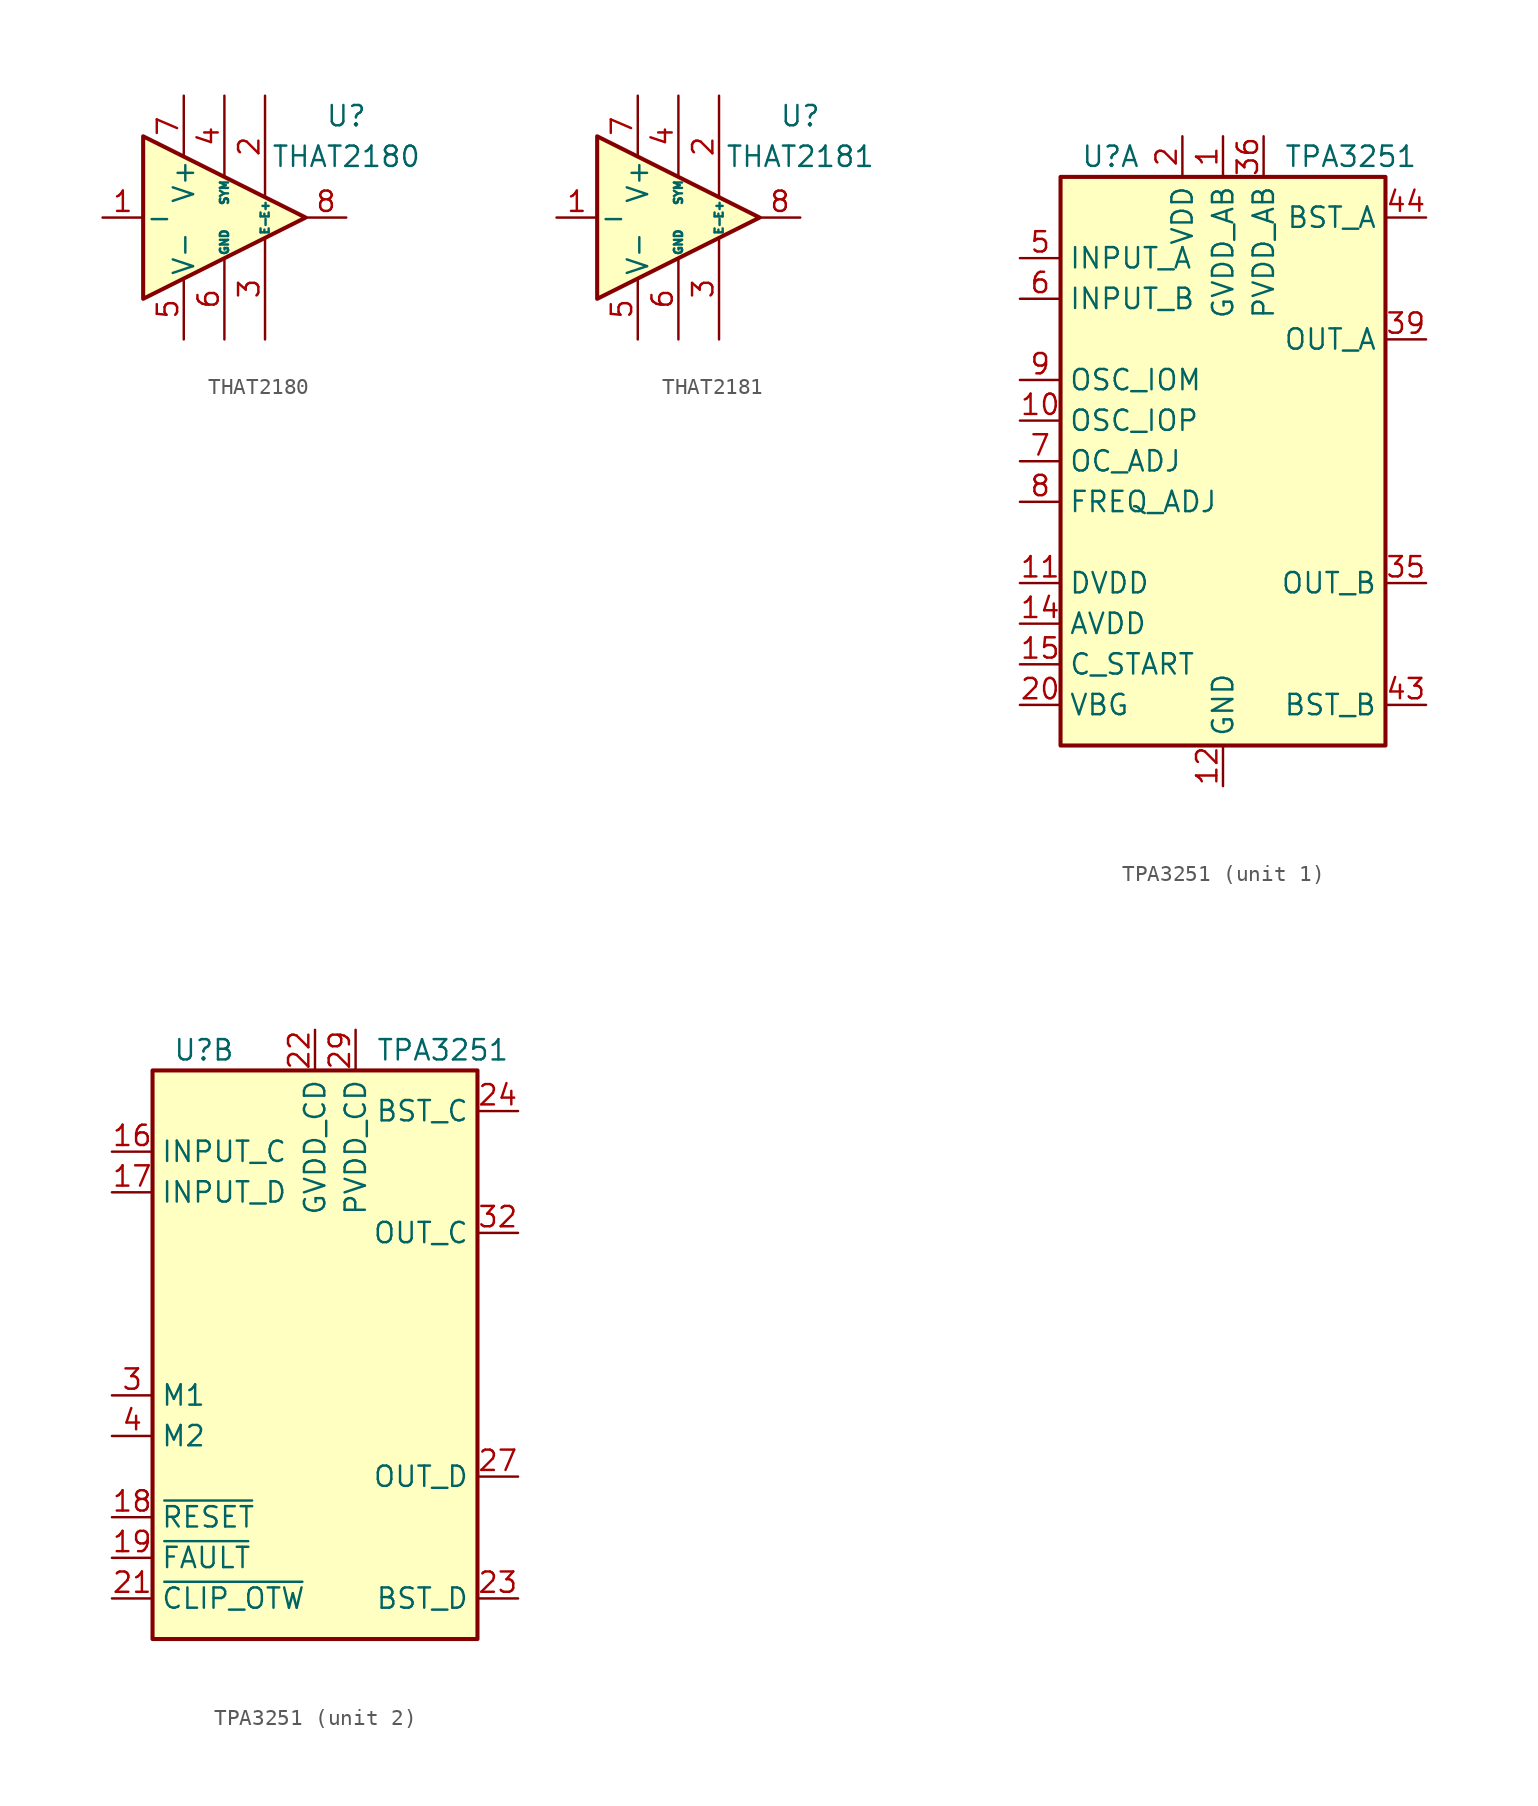
<source format=kicad_sym>
(kicad_symbol_lib
  (version 20200908)
  (generator kicad_symbol_editor)
  (symbol "Amplifier_Audio:THAT2180"
    (pin_names
      (offset 0.127))
    (property "Reference" "U"
      (at 7.62 6.35 0)
      (effects (font (size 1.27 1.27))))
    (property "Value" "THAT2180"
      (at 7.62 3.81 0)
      (effects (font (size 1.27 1.27))))
    (symbol "THAT2180_0_1"
      (polyline (pts (xy -5.08 5.08) (xy 5.08 0) (xy -5.08 -5.08) (xy -5.08 5.08)) (stroke (width 0.254)) (fill (type background))))
    (symbol "THAT2180_0_0"
      (pin power_in line (at -2.54 -7.62 90) (length 3.81) (name "V-" (effects (font (size 1.27 1.27)))) (number "5" (effects (font (size 1.27 1.27)))))
      (pin power_in line (at 0 -7.62 90) (length 5.08) (name "GND" (effects (font (size 0.508 0.508)))) (number "6" (effects (font (size 1.27 1.27)))))
      (pin power_in line (at -2.54 7.62 270) (length 3.81) (name "V+" (effects (font (size 1.27 1.27)))) (number "7" (effects (font (size 1.27 1.27))))))
    (symbol "THAT2180_1_1"
      (pin input line (at -7.62 0 0) (length 2.54) (name "-" (effects (font (size 1.27 1.27)))) (number "1" (effects (font (size 1.27 1.27)))))
      (pin input line (at 2.54 7.62 270) (length 6.35) (name "E+" (effects (font (size 0.508 0.508)))) (number "2" (effects (font (size 1.27 1.27)))))
      (pin input line (at 2.54 -7.62 90) (length 6.35) (name "E-" (effects (font (size 0.508 0.508)))) (number "3" (effects (font (size 1.27 1.27)))))
      (pin input line (at 0 7.62 270) (length 5.08) (name "SYM" (effects (font (size 0.508 0.508)))) (number "4" (effects (font (size 1.27 1.27)))))
      (pin output line (at 7.62 0 180) (length 2.54) (name "~" (effects (font (size 1.27 1.27)))) (number "8" (effects (font (size 1.27 1.27)))))))
  (symbol "Amplifier_Audio:THAT2181"
    (pin_names
      (offset 0.127))
    (property "Reference" "U"
      (at 7.62 6.35 0)
      (effects (font (size 1.27 1.27))))
    (property "Value" "THAT2181"
      (at 7.62 3.81 0)
      (effects (font (size 1.27 1.27))))
    (symbol "THAT2181_0_1"
      (polyline (pts (xy -5.08 5.08) (xy 5.08 0) (xy -5.08 -5.08) (xy -5.08 5.08)) (stroke (width 0.254)) (fill (type background))))
    (symbol "THAT2181_0_0"
      (pin power_in line (at -2.54 -7.62 90) (length 3.81) (name "V-" (effects (font (size 1.27 1.27)))) (number "5" (effects (font (size 1.27 1.27)))))
      (pin power_in line (at 0 -7.62 90) (length 5.08) (name "GND" (effects (font (size 0.508 0.508)))) (number "6" (effects (font (size 1.27 1.27)))))
      (pin power_in line (at -2.54 7.62 270) (length 3.81) (name "V+" (effects (font (size 1.27 1.27)))) (number "7" (effects (font (size 1.27 1.27))))))
    (symbol "THAT2181_1_1"
      (pin input line (at -7.62 0 0) (length 2.54) (name "-" (effects (font (size 1.27 1.27)))) (number "1" (effects (font (size 1.27 1.27)))))
      (pin input line (at 2.54 7.62 270) (length 6.35) (name "E+" (effects (font (size 0.508 0.508)))) (number "2" (effects (font (size 1.27 1.27)))))
      (pin input line (at 2.54 -7.62 90) (length 6.35) (name "E-" (effects (font (size 0.508 0.508)))) (number "3" (effects (font (size 1.27 1.27)))))
      (pin input line (at 0 7.62 270) (length 5.08) (name "SYM" (effects (font (size 0.508 0.508)))) (number "4" (effects (font (size 1.27 1.27)))))
      (pin output line (at 7.62 0 180) (length 2.54) (name "~" (effects (font (size 1.27 1.27)))) (number "8" (effects (font (size 1.27 1.27)))))))
  (symbol "Amplifier_Audio:TPA3251"
    (property "Reference" "U"
      (at -8.89 19.05 0)
      (effects (font (size 1.27 1.27)) (justify left)))
    (property "Value" "TPA3251"
      (at 3.81 19.05 0)
      (effects (font (size 1.27 1.27)) (justify left)))
    (property "ki_locked" ""
      (at 0 0 0)
      (effects (font (size 1.27 1.27))))
    (symbol "TPA3251_0_1"
      (rectangle (start -10.16 -17.78) (end 10.16 17.78) (stroke (width 0.254)) (fill (type background))))
    (symbol "TPA3251_1_1"
      (pin power_in line (at 0 20.32 270) (length 2.54) (name "GVDD_AB" (effects (font (size 1.27 1.27)))) (number "1" (effects (font (size 1.27 1.27)))))
      (pin bidirectional line (at -12.7 2.54 0) (length 2.54) (name "OSC_IOP" (effects (font (size 1.27 1.27)))) (number "10" (effects (font (size 1.27 1.27)))))
      (pin passive line (at -12.7 -7.62 0) (length 2.54) (name "DVDD" (effects (font (size 1.27 1.27)))) (number "11" (effects (font (size 1.27 1.27)))))
      (pin power_in line (at 0 -20.32 90) (length 2.54) (name "GND" (effects (font (size 1.27 1.27)))) (number "12" (effects (font (size 1.27 1.27)))))
      (pin passive line (at 0 -20.32 90) (length 2.54) hide (name "GND" (effects (font (size 1.27 1.27)))) (number "13" (effects (font (size 1.27 1.27)))))
      (pin passive line (at -12.7 -10.16 0) (length 2.54) (name "AVDD" (effects (font (size 1.27 1.27)))) (number "14" (effects (font (size 1.27 1.27)))))
      (pin passive line (at -12.7 -12.7 0) (length 2.54) (name "C_START" (effects (font (size 1.27 1.27)))) (number "15" (effects (font (size 1.27 1.27)))))
      (pin power_in line (at -2.54 20.32 270) (length 2.54) (name "VDD" (effects (font (size 1.27 1.27)))) (number "2" (effects (font (size 1.27 1.27)))))
      (pin passive line (at -12.7 -15.24 0) (length 2.54) (name "VBG" (effects (font (size 1.27 1.27)))) (number "20" (effects (font (size 1.27 1.27)))))
      (pin passive line (at 0 -20.32 90) (length 2.54) hide (name "GND" (effects (font (size 1.27 1.27)))) (number "25" (effects (font (size 1.27 1.27)))))
      (pin passive line (at 0 -20.32 90) (length 2.54) hide (name "GND" (effects (font (size 1.27 1.27)))) (number "26" (effects (font (size 1.27 1.27)))))
      (pin passive line (at 0 -20.32 90) (length 2.54) hide (name "GND" (effects (font (size 1.27 1.27)))) (number "33" (effects (font (size 1.27 1.27)))))
      (pin passive line (at 0 -20.32 90) (length 2.54) hide (name "GND" (effects (font (size 1.27 1.27)))) (number "34" (effects (font (size 1.27 1.27)))))
      (pin output line (at 12.7 -7.62 180) (length 2.54) (name "OUT_B" (effects (font (size 1.27 1.27)))) (number "35" (effects (font (size 1.27 1.27)))))
      (pin power_in line (at 2.54 20.32 270) (length 2.54) (name "PVDD_AB" (effects (font (size 1.27 1.27)))) (number "36" (effects (font (size 1.27 1.27)))))
      (pin passive line (at 2.54 20.32 270) (length 2.54) hide (name "PVDD_AB" (effects (font (size 1.27 1.27)))) (number "37" (effects (font (size 1.27 1.27)))))
      (pin passive line (at 2.54 20.32 270) (length 2.54) hide (name "PVDD_AB" (effects (font (size 1.27 1.27)))) (number "38" (effects (font (size 1.27 1.27)))))
      (pin output line (at 12.7 7.62 180) (length 2.54) (name "OUT_A" (effects (font (size 1.27 1.27)))) (number "39" (effects (font (size 1.27 1.27)))))
      (pin passive line (at 12.7 7.62 180) (length 2.54) hide (name "OUT_A" (effects (font (size 1.27 1.27)))) (number "40" (effects (font (size 1.27 1.27)))))
      (pin passive line (at 0 -20.32 90) (length 2.54) hide (name "GND" (effects (font (size 1.27 1.27)))) (number "41" (effects (font (size 1.27 1.27)))))
      (pin passive line (at 0 -20.32 90) (length 2.54) hide (name "GND" (effects (font (size 1.27 1.27)))) (number "42" (effects (font (size 1.27 1.27)))))
      (pin passive line (at 12.7 -15.24 180) (length 2.54) (name "BST_B" (effects (font (size 1.27 1.27)))) (number "43" (effects (font (size 1.27 1.27)))))
      (pin passive line (at 12.7 15.24 180) (length 2.54) (name "BST_A" (effects (font (size 1.27 1.27)))) (number "44" (effects (font (size 1.27 1.27)))))
      (pin input line (at -12.7 12.7 0) (length 2.54) (name "INPUT_A" (effects (font (size 1.27 1.27)))) (number "5" (effects (font (size 1.27 1.27)))))
      (pin input line (at -12.7 10.16 0) (length 2.54) (name "INPUT_B" (effects (font (size 1.27 1.27)))) (number "6" (effects (font (size 1.27 1.27)))))
      (pin passive line (at -12.7 0 0) (length 2.54) (name "OC_ADJ" (effects (font (size 1.27 1.27)))) (number "7" (effects (font (size 1.27 1.27)))))
      (pin passive line (at -12.7 -2.54 0) (length 2.54) (name "FREQ_ADJ" (effects (font (size 1.27 1.27)))) (number "8" (effects (font (size 1.27 1.27)))))
      (pin bidirectional line (at -12.7 5.08 0) (length 2.54) (name "OSC_IOM" (effects (font (size 1.27 1.27)))) (number "9" (effects (font (size 1.27 1.27))))))
    (symbol "TPA3251_2_1"
      (pin input line (at -12.7 12.7 0) (length 2.54) (name "INPUT_C" (effects (font (size 1.27 1.27)))) (number "16" (effects (font (size 1.27 1.27)))))
      (pin input line (at -12.7 10.16 0) (length 2.54) (name "INPUT_D" (effects (font (size 1.27 1.27)))) (number "17" (effects (font (size 1.27 1.27)))))
      (pin input line (at -12.7 -10.16 0) (length 2.54) (name "~RESET" (effects (font (size 1.27 1.27)))) (number "18" (effects (font (size 1.27 1.27)))))
      (pin open_collector line (at -12.7 -12.7 0) (length 2.54) (name "~FAULT" (effects (font (size 1.27 1.27)))) (number "19" (effects (font (size 1.27 1.27)))))
      (pin open_collector line (at -12.7 -15.24 0) (length 2.54) (name "~CLIP_OTW" (effects (font (size 1.27 1.27)))) (number "21" (effects (font (size 1.27 1.27)))))
      (pin power_in line (at 0 20.32 270) (length 2.54) (name "GVDD_CD" (effects (font (size 1.27 1.27)))) (number "22" (effects (font (size 1.27 1.27)))))
      (pin passive line (at 12.7 -15.24 180) (length 2.54) (name "BST_D" (effects (font (size 1.27 1.27)))) (number "23" (effects (font (size 1.27 1.27)))))
      (pin passive line (at 12.7 15.24 180) (length 2.54) (name "BST_C" (effects (font (size 1.27 1.27)))) (number "24" (effects (font (size 1.27 1.27)))))
      (pin output line (at 12.7 -7.62 180) (length 2.54) (name "OUT_D" (effects (font (size 1.27 1.27)))) (number "27" (effects (font (size 1.27 1.27)))))
      (pin passive line (at 12.7 -7.62 180) (length 2.54) hide (name "OUT_D" (effects (font (size 1.27 1.27)))) (number "28" (effects (font (size 1.27 1.27)))))
      (pin power_in line (at 2.54 20.32 270) (length 2.54) (name "PVDD_CD" (effects (font (size 1.27 1.27)))) (number "29" (effects (font (size 1.27 1.27)))))
      (pin input line (at -12.7 -2.54 0) (length 2.54) (name "M1" (effects (font (size 1.27 1.27)))) (number "3" (effects (font (size 1.27 1.27)))))
      (pin passive line (at 2.54 20.32 270) (length 2.54) hide (name "PVDD_CD" (effects (font (size 1.27 1.27)))) (number "30" (effects (font (size 1.27 1.27)))))
      (pin passive line (at 2.54 20.32 270) (length 2.54) hide (name "PVDD_CD" (effects (font (size 1.27 1.27)))) (number "31" (effects (font (size 1.27 1.27)))))
      (pin output line (at 12.7 7.62 180) (length 2.54) (name "OUT_C" (effects (font (size 1.27 1.27)))) (number "32" (effects (font (size 1.27 1.27)))))
      (pin input line (at -12.7 -5.08 0) (length 2.54) (name "M2" (effects (font (size 1.27 1.27)))) (number "4" (effects (font (size 1.27 1.27))))))))
</source>
